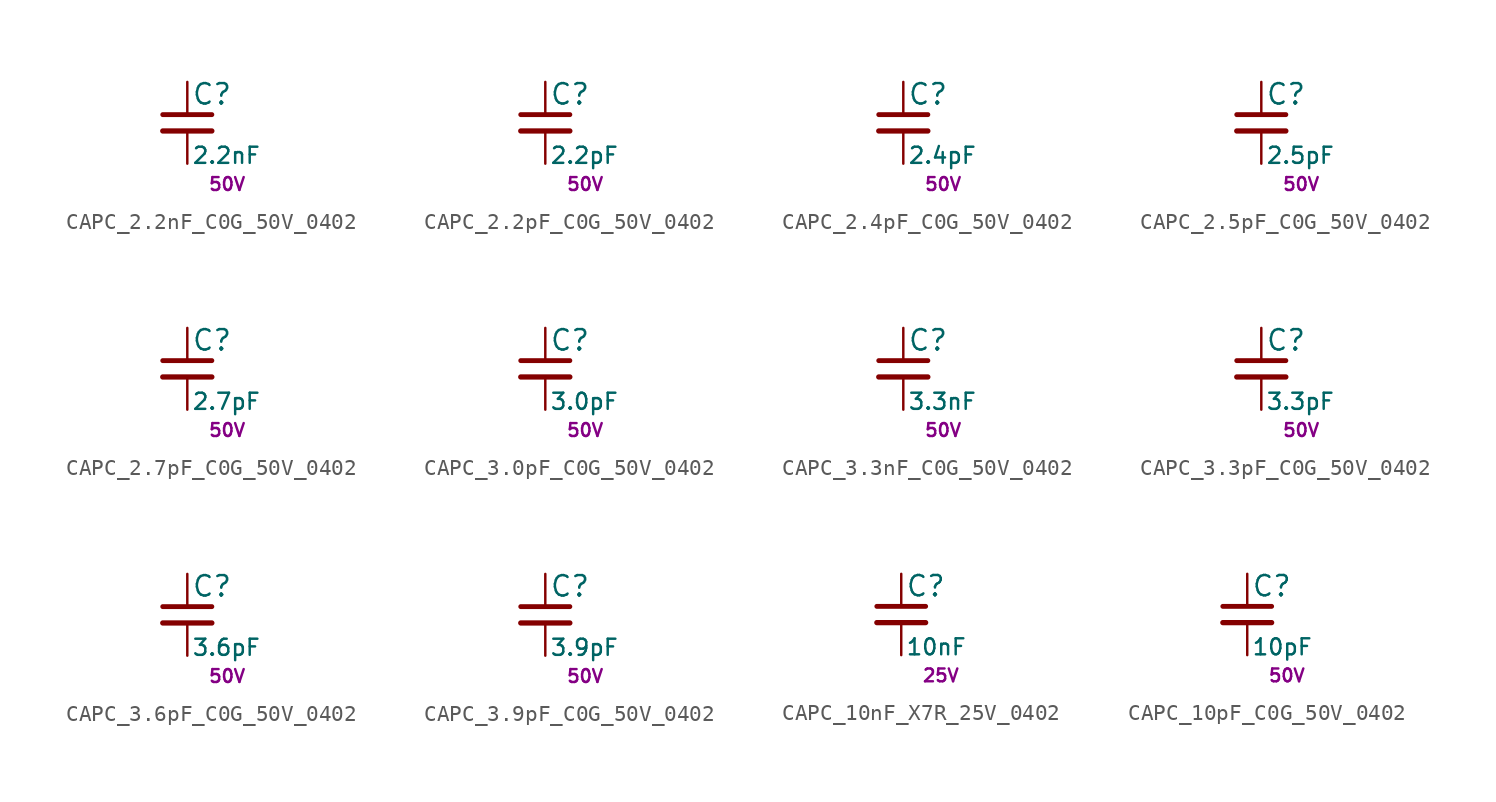
<source format=kicad_sym>
(kicad_symbol_lib
  (version 20211014)
  (generator kicad_LibGenerator)
  (symbol "CAPC_2.2nF_C0G_50V_0402"
    (pin_numbers hide)
    (pin_names
      (offset 0.254) hide)
    (property "Reference" "C"
      (at 0.254 1.778 0)
      (effects (font (size 1.27 1.27)) (justify left)))
    (property "Value" "2.2nF"
      (at 0.254 -2.032 0)
      (effects (font (size 1 1)) (justify left)))
    (property "Voltage" "50V"
      (at 1.27 -3.81 0)
      (effects (font (size 0.8 0.8)) (justify left)))
    (symbol "CAPC_2.2nF_C0G_50V_0402_0_1"
      (polyline (pts (xy -1.524 -0.508) (xy 1.524 -0.508)) (stroke (width 0.33) (type default) (color 0 0 0 0)) (fill (type none)))
      (polyline (pts (xy -1.524 0.508) (xy 1.524 0.508)) (stroke (width 0.305) (type default) (color 0 0 0 0)) (fill (type none))))
    (symbol "CAPC_2.2nF_C0G_50V_0402_1_1"
      (pin passive line (at 0 2.54 270) (length 2.032) (name "~" (effects (font (size 1.27 1.27)))) (number "1" (effects (font (size 1.27 1.27)))))
      (pin passive line (at 0 -2.54 90) (length 2.032) (name "~" (effects (font (size 1.27 1.27)))) (number "2" (effects (font (size 1.27 1.27)))))))
  (symbol "CAPC_2.2pF_C0G_50V_0402"
    (pin_numbers hide)
    (pin_names
      (offset 0.254) hide)
    (property "Reference" "C"
      (at 0.254 1.778 0)
      (effects (font (size 1.27 1.27)) (justify left)))
    (property "Value" "2.2pF"
      (at 0.254 -2.032 0)
      (effects (font (size 1 1)) (justify left)))
    (property "Voltage" "50V"
      (at 1.27 -3.81 0)
      (effects (font (size 0.8 0.8)) (justify left)))
    (symbol "CAPC_2.2pF_C0G_50V_0402_0_1"
      (polyline (pts (xy -1.524 -0.508) (xy 1.524 -0.508)) (stroke (width 0.33) (type default) (color 0 0 0 0)) (fill (type none)))
      (polyline (pts (xy -1.524 0.508) (xy 1.524 0.508)) (stroke (width 0.305) (type default) (color 0 0 0 0)) (fill (type none))))
    (symbol "CAPC_2.2pF_C0G_50V_0402_1_1"
      (pin passive line (at 0 2.54 270) (length 2.032) (name "~" (effects (font (size 1.27 1.27)))) (number "1" (effects (font (size 1.27 1.27)))))
      (pin passive line (at 0 -2.54 90) (length 2.032) (name "~" (effects (font (size 1.27 1.27)))) (number "2" (effects (font (size 1.27 1.27)))))))
  (symbol "CAPC_2.4pF_C0G_50V_0402"
    (pin_numbers hide)
    (pin_names
      (offset 0.254) hide)
    (property "Reference" "C"
      (at 0.254 1.778 0)
      (effects (font (size 1.27 1.27)) (justify left)))
    (property "Value" "2.4pF"
      (at 0.254 -2.032 0)
      (effects (font (size 1 1)) (justify left)))
    (property "Voltage" "50V"
      (at 1.27 -3.81 0)
      (effects (font (size 0.8 0.8)) (justify left)))
    (symbol "CAPC_2.4pF_C0G_50V_0402_0_1"
      (polyline (pts (xy -1.524 -0.508) (xy 1.524 -0.508)) (stroke (width 0.33) (type default) (color 0 0 0 0)) (fill (type none)))
      (polyline (pts (xy -1.524 0.508) (xy 1.524 0.508)) (stroke (width 0.305) (type default) (color 0 0 0 0)) (fill (type none))))
    (symbol "CAPC_2.4pF_C0G_50V_0402_1_1"
      (pin passive line (at 0 2.54 270) (length 2.032) (name "~" (effects (font (size 1.27 1.27)))) (number "1" (effects (font (size 1.27 1.27)))))
      (pin passive line (at 0 -2.54 90) (length 2.032) (name "~" (effects (font (size 1.27 1.27)))) (number "2" (effects (font (size 1.27 1.27)))))))
  (symbol "CAPC_2.5pF_C0G_50V_0402"
    (pin_numbers hide)
    (pin_names
      (offset 0.254) hide)
    (property "Reference" "C"
      (at 0.254 1.778 0)
      (effects (font (size 1.27 1.27)) (justify left)))
    (property "Value" "2.5pF"
      (at 0.254 -2.032 0)
      (effects (font (size 1 1)) (justify left)))
    (property "Voltage" "50V"
      (at 1.27 -3.81 0)
      (effects (font (size 0.8 0.8)) (justify left)))
    (symbol "CAPC_2.5pF_C0G_50V_0402_0_1"
      (polyline (pts (xy -1.524 -0.508) (xy 1.524 -0.508)) (stroke (width 0.33) (type default) (color 0 0 0 0)) (fill (type none)))
      (polyline (pts (xy -1.524 0.508) (xy 1.524 0.508)) (stroke (width 0.305) (type default) (color 0 0 0 0)) (fill (type none))))
    (symbol "CAPC_2.5pF_C0G_50V_0402_1_1"
      (pin passive line (at 0 2.54 270) (length 2.032) (name "~" (effects (font (size 1.27 1.27)))) (number "1" (effects (font (size 1.27 1.27)))))
      (pin passive line (at 0 -2.54 90) (length 2.032) (name "~" (effects (font (size 1.27 1.27)))) (number "2" (effects (font (size 1.27 1.27)))))))
  (symbol "CAPC_2.7pF_C0G_50V_0402"
    (pin_numbers hide)
    (pin_names
      (offset 0.254) hide)
    (property "Reference" "C"
      (at 0.254 1.778 0)
      (effects (font (size 1.27 1.27)) (justify left)))
    (property "Value" "2.7pF"
      (at 0.254 -2.032 0)
      (effects (font (size 1 1)) (justify left)))
    (property "Voltage" "50V"
      (at 1.27 -3.81 0)
      (effects (font (size 0.8 0.8)) (justify left)))
    (symbol "CAPC_2.7pF_C0G_50V_0402_0_1"
      (polyline (pts (xy -1.524 -0.508) (xy 1.524 -0.508)) (stroke (width 0.33) (type default) (color 0 0 0 0)) (fill (type none)))
      (polyline (pts (xy -1.524 0.508) (xy 1.524 0.508)) (stroke (width 0.305) (type default) (color 0 0 0 0)) (fill (type none))))
    (symbol "CAPC_2.7pF_C0G_50V_0402_1_1"
      (pin passive line (at 0 2.54 270) (length 2.032) (name "~" (effects (font (size 1.27 1.27)))) (number "1" (effects (font (size 1.27 1.27)))))
      (pin passive line (at 0 -2.54 90) (length 2.032) (name "~" (effects (font (size 1.27 1.27)))) (number "2" (effects (font (size 1.27 1.27)))))))
  (symbol "CAPC_3.0pF_C0G_50V_0402"
    (pin_numbers hide)
    (pin_names
      (offset 0.254) hide)
    (property "Reference" "C"
      (at 0.254 1.778 0)
      (effects (font (size 1.27 1.27)) (justify left)))
    (property "Value" "3.0pF"
      (at 0.254 -2.032 0)
      (effects (font (size 1 1)) (justify left)))
    (property "Voltage" "50V"
      (at 1.27 -3.81 0)
      (effects (font (size 0.8 0.8)) (justify left)))
    (symbol "CAPC_3.0pF_C0G_50V_0402_0_1"
      (polyline (pts (xy -1.524 -0.508) (xy 1.524 -0.508)) (stroke (width 0.33) (type default) (color 0 0 0 0)) (fill (type none)))
      (polyline (pts (xy -1.524 0.508) (xy 1.524 0.508)) (stroke (width 0.305) (type default) (color 0 0 0 0)) (fill (type none))))
    (symbol "CAPC_3.0pF_C0G_50V_0402_1_1"
      (pin passive line (at 0 2.54 270) (length 2.032) (name "~" (effects (font (size 1.27 1.27)))) (number "1" (effects (font (size 1.27 1.27)))))
      (pin passive line (at 0 -2.54 90) (length 2.032) (name "~" (effects (font (size 1.27 1.27)))) (number "2" (effects (font (size 1.27 1.27)))))))
  (symbol "CAPC_3.3nF_C0G_50V_0402"
    (pin_numbers hide)
    (pin_names
      (offset 0.254) hide)
    (property "Reference" "C"
      (at 0.254 1.778 0)
      (effects (font (size 1.27 1.27)) (justify left)))
    (property "Value" "3.3nF"
      (at 0.254 -2.032 0)
      (effects (font (size 1 1)) (justify left)))
    (property "Voltage" "50V"
      (at 1.27 -3.81 0)
      (effects (font (size 0.8 0.8)) (justify left)))
    (symbol "CAPC_3.3nF_C0G_50V_0402_0_1"
      (polyline (pts (xy -1.524 -0.508) (xy 1.524 -0.508)) (stroke (width 0.33) (type default) (color 0 0 0 0)) (fill (type none)))
      (polyline (pts (xy -1.524 0.508) (xy 1.524 0.508)) (stroke (width 0.305) (type default) (color 0 0 0 0)) (fill (type none))))
    (symbol "CAPC_3.3nF_C0G_50V_0402_1_1"
      (pin passive line (at 0 2.54 270) (length 2.032) (name "~" (effects (font (size 1.27 1.27)))) (number "1" (effects (font (size 1.27 1.27)))))
      (pin passive line (at 0 -2.54 90) (length 2.032) (name "~" (effects (font (size 1.27 1.27)))) (number "2" (effects (font (size 1.27 1.27)))))))
  (symbol "CAPC_3.3pF_C0G_50V_0402"
    (pin_numbers hide)
    (pin_names
      (offset 0.254) hide)
    (property "Reference" "C"
      (at 0.254 1.778 0)
      (effects (font (size 1.27 1.27)) (justify left)))
    (property "Value" "3.3pF"
      (at 0.254 -2.032 0)
      (effects (font (size 1 1)) (justify left)))
    (property "Voltage" "50V"
      (at 1.27 -3.81 0)
      (effects (font (size 0.8 0.8)) (justify left)))
    (symbol "CAPC_3.3pF_C0G_50V_0402_0_1"
      (polyline (pts (xy -1.524 -0.508) (xy 1.524 -0.508)) (stroke (width 0.33) (type default) (color 0 0 0 0)) (fill (type none)))
      (polyline (pts (xy -1.524 0.508) (xy 1.524 0.508)) (stroke (width 0.305) (type default) (color 0 0 0 0)) (fill (type none))))
    (symbol "CAPC_3.3pF_C0G_50V_0402_1_1"
      (pin passive line (at 0 2.54 270) (length 2.032) (name "~" (effects (font (size 1.27 1.27)))) (number "1" (effects (font (size 1.27 1.27)))))
      (pin passive line (at 0 -2.54 90) (length 2.032) (name "~" (effects (font (size 1.27 1.27)))) (number "2" (effects (font (size 1.27 1.27)))))))
  (symbol "CAPC_3.6pF_C0G_50V_0402"
    (pin_numbers hide)
    (pin_names
      (offset 0.254) hide)
    (property "Reference" "C"
      (at 0.254 1.778 0)
      (effects (font (size 1.27 1.27)) (justify left)))
    (property "Value" "3.6pF"
      (at 0.254 -2.032 0)
      (effects (font (size 1 1)) (justify left)))
    (property "Voltage" "50V"
      (at 1.27 -3.81 0)
      (effects (font (size 0.8 0.8)) (justify left)))
    (symbol "CAPC_3.6pF_C0G_50V_0402_0_1"
      (polyline (pts (xy -1.524 -0.508) (xy 1.524 -0.508)) (stroke (width 0.33) (type default) (color 0 0 0 0)) (fill (type none)))
      (polyline (pts (xy -1.524 0.508) (xy 1.524 0.508)) (stroke (width 0.305) (type default) (color 0 0 0 0)) (fill (type none))))
    (symbol "CAPC_3.6pF_C0G_50V_0402_1_1"
      (pin passive line (at 0 2.54 270) (length 2.032) (name "~" (effects (font (size 1.27 1.27)))) (number "1" (effects (font (size 1.27 1.27)))))
      (pin passive line (at 0 -2.54 90) (length 2.032) (name "~" (effects (font (size 1.27 1.27)))) (number "2" (effects (font (size 1.27 1.27)))))))
  (symbol "CAPC_3.9pF_C0G_50V_0402"
    (pin_numbers hide)
    (pin_names
      (offset 0.254) hide)
    (property "Reference" "C"
      (at 0.254 1.778 0)
      (effects (font (size 1.27 1.27)) (justify left)))
    (property "Value" "3.9pF"
      (at 0.254 -2.032 0)
      (effects (font (size 1 1)) (justify left)))
    (property "Voltage" "50V"
      (at 1.27 -3.81 0)
      (effects (font (size 0.8 0.8)) (justify left)))
    (symbol "CAPC_3.9pF_C0G_50V_0402_0_1"
      (polyline (pts (xy -1.524 -0.508) (xy 1.524 -0.508)) (stroke (width 0.33) (type default) (color 0 0 0 0)) (fill (type none)))
      (polyline (pts (xy -1.524 0.508) (xy 1.524 0.508)) (stroke (width 0.305) (type default) (color 0 0 0 0)) (fill (type none))))
    (symbol "CAPC_3.9pF_C0G_50V_0402_1_1"
      (pin passive line (at 0 2.54 270) (length 2.032) (name "~" (effects (font (size 1.27 1.27)))) (number "1" (effects (font (size 1.27 1.27)))))
      (pin passive line (at 0 -2.54 90) (length 2.032) (name "~" (effects (font (size 1.27 1.27)))) (number "2" (effects (font (size 1.27 1.27)))))))
  (symbol "CAPC_10nF_X7R_25V_0402"
    (pin_numbers hide)
    (pin_names
      (offset 0.254) hide)
    (property "Reference" "C"
      (at 0.254 1.778 0)
      (effects (font (size 1.27 1.27)) (justify left)))
    (property "Value" "10nF"
      (at 0.254 -2.032 0)
      (effects (font (size 1 1)) (justify left)))
    (property "Voltage" "25V"
      (at 1.27 -3.81 0)
      (effects (font (size 0.8 0.8)) (justify left)))
    (symbol "CAPC_10nF_X7R_25V_0402_0_1"
      (polyline (pts (xy -1.524 -0.508) (xy 1.524 -0.508)) (stroke (width 0.33) (type default) (color 0 0 0 0)) (fill (type none)))
      (polyline (pts (xy -1.524 0.508) (xy 1.524 0.508)) (stroke (width 0.305) (type default) (color 0 0 0 0)) (fill (type none))))
    (symbol "CAPC_10nF_X7R_25V_0402_1_1"
      (pin passive line (at 0 2.54 270) (length 2.032) (name "~" (effects (font (size 1.27 1.27)))) (number "1" (effects (font (size 1.27 1.27)))))
      (pin passive line (at 0 -2.54 90) (length 2.032) (name "~" (effects (font (size 1.27 1.27)))) (number "2" (effects (font (size 1.27 1.27)))))))
  (symbol "CAPC_10pF_C0G_50V_0402"
    (pin_numbers hide)
    (pin_names
      (offset 0.254) hide)
    (property "Reference" "C"
      (at 0.254 1.778 0)
      (effects (font (size 1.27 1.27)) (justify left)))
    (property "Value" "10pF"
      (at 0.254 -2.032 0)
      (effects (font (size 1 1)) (justify left)))
    (property "Voltage" "50V"
      (at 1.27 -3.81 0)
      (effects (font (size 0.8 0.8)) (justify left)))
    (symbol "CAPC_10pF_C0G_50V_0402_0_1"
      (polyline (pts (xy -1.524 -0.508) (xy 1.524 -0.508)) (stroke (width 0.33) (type default) (color 0 0 0 0)) (fill (type none)))
      (polyline (pts (xy -1.524 0.508) (xy 1.524 0.508)) (stroke (width 0.305) (type default) (color 0 0 0 0)) (fill (type none))))
    (symbol "CAPC_10pF_C0G_50V_0402_1_1"
      (pin passive line (at 0 2.54 270) (length 2.032) (name "~" (effects (font (size 1.27 1.27)))) (number "1" (effects (font (size 1.27 1.27)))))
      (pin passive line (at 0 -2.54 90) (length 2.032) (name "~" (effects (font (size 1.27 1.27)))) (number "2" (effects (font (size 1.27 1.27))))))))
</source>
